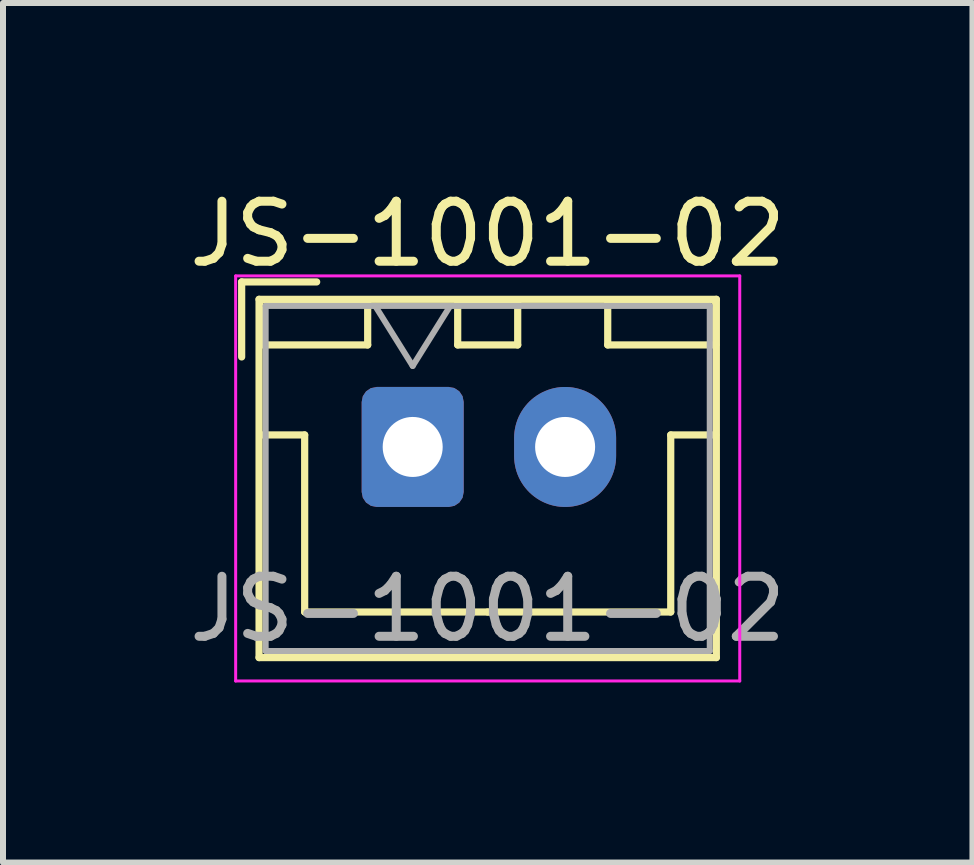
<source format=kicad_pcb>
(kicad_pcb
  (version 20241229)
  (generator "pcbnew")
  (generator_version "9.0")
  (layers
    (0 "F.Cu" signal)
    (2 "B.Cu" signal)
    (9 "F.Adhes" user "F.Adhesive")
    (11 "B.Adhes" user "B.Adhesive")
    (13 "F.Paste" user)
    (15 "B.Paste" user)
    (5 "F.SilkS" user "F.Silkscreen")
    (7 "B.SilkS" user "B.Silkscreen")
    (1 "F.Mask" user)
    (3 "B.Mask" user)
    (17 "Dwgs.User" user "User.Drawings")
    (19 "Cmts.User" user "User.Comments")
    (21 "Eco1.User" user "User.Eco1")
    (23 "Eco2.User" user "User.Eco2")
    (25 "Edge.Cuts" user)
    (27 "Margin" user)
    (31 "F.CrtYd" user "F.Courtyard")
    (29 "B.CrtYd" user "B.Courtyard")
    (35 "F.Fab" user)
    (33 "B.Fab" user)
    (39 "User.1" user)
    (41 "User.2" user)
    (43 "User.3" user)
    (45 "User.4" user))
  (footprint "JS-1001-02"
    (layer "F.Cu")
    (at 3.827 4.398)
    (property "Reference" "JS-1001-02" (at 1.25 -3.55 0) (layer "F.SilkS") (effects (font (size 1 1) (thickness 0.15))))
    (attr through_hole)
    (fp_line (start -2.85 -2.75) (end -2.85 -1.5) (stroke (width 0.12) (type solid)) (layer "F.SilkS"))
    (fp_line (start -2.56 -2.46) (end -2.56 3.51) (stroke (width 0.12) (type solid)) (layer "F.SilkS"))
    (fp_line (start -2.56 3.51) (end 5.06 3.51) (stroke (width 0.12) (type solid)) (layer "F.SilkS"))
    (fp_line (start -2.55 -2.45) (end -2.55 -1.7) (stroke (width 0.12) (type solid)) (layer "F.SilkS"))
    (fp_line (start -2.55 -1.7) (end -0.75 -1.7) (stroke (width 0.12) (type solid)) (layer "F.SilkS"))
    (fp_line (start -2.55 -0.2) (end -1.8 -0.2) (stroke (width 0.12) (type solid)) (layer "F.SilkS"))
    (fp_line (start -1.8 -0.2) (end -1.8 2.75) (stroke (width 0.12) (type solid)) (layer "F.SilkS"))
    (fp_line (start -1.8 2.75) (end 1.25 2.75) (stroke (width 0.12) (type solid)) (layer "F.SilkS"))
    (fp_line (start -1.6 -2.75) (end -2.85 -2.75) (stroke (width 0.12) (type solid)) (layer "F.SilkS"))
    (fp_line (start -0.75 -2.45) (end -2.55 -2.45) (stroke (width 0.12) (type solid)) (layer "F.SilkS"))
    (fp_line (start -0.75 -1.7) (end -0.75 -2.45) (stroke (width 0.12) (type solid)) (layer "F.SilkS"))
    (fp_line (start 0.75 -2.45) (end 0.75 -1.7) (stroke (width 0.12) (type solid)) (layer "F.SilkS"))
    (fp_line (start 0.75 -1.7) (end 1.75 -1.7) (stroke (width 0.12) (type solid)) (layer "F.SilkS"))
    (fp_line (start 1.75 -2.45) (end 0.75 -2.45) (stroke (width 0.12) (type solid)) (layer "F.SilkS"))
    (fp_line (start 1.75 -1.7) (end 1.75 -2.45) (stroke (width 0.12) (type solid)) (layer "F.SilkS"))
    (fp_line (start 3.25 -2.45) (end 3.25 -1.7) (stroke (width 0.12) (type solid)) (layer "F.SilkS"))
    (fp_line (start 3.25 -1.7) (end 5.05 -1.7) (stroke (width 0.12) (type solid)) (layer "F.SilkS"))
    (fp_line (start 4.3 -0.2) (end 4.3 2.75) (stroke (width 0.12) (type solid)) (layer "F.SilkS"))
    (fp_line (start 4.3 2.75) (end 1.25 2.75) (stroke (width 0.12) (type solid)) (layer "F.SilkS"))
    (fp_line (start 5.05 -2.45) (end 3.25 -2.45) (stroke (width 0.12) (type solid)) (layer "F.SilkS"))
    (fp_line (start 5.05 -1.7) (end 5.05 -2.45) (stroke (width 0.12) (type solid)) (layer "F.SilkS"))
    (fp_line (start 5.05 -0.2) (end 4.3 -0.2) (stroke (width 0.12) (type solid)) (layer "F.SilkS"))
    (fp_line (start 5.06 -2.46) (end -2.56 -2.46) (stroke (width 0.12) (type solid)) (layer "F.SilkS"))
    (fp_line (start 5.06 3.51) (end 5.06 -2.46) (stroke (width 0.12) (type solid)) (layer "F.SilkS"))
    (fp_line (start -2.95 -2.85) (end -2.95 3.9) (stroke (width 0.05) (type solid)) (layer "F.CrtYd"))
    (fp_line (start -2.95 3.9) (end 5.45 3.9) (stroke (width 0.05) (type solid)) (layer "F.CrtYd"))
    (fp_line (start 5.45 -2.85) (end -2.95 -2.85) (stroke (width 0.05) (type solid)) (layer "F.CrtYd"))
    (fp_line (start 5.45 3.9) (end 5.45 -2.85) (stroke (width 0.05) (type solid)) (layer "F.CrtYd"))
    (fp_line (start -2.45 -2.35) (end -2.45 3.4) (stroke (width 0.1) (type solid)) (layer "F.Fab"))
    (fp_line (start -2.45 3.4) (end 4.95 3.4) (stroke (width 0.1) (type solid)) (layer "F.Fab"))
    (fp_line (start -0.625 -2.35) (end 0 -1.35) (stroke (width 0.1) (type solid)) (layer "F.Fab"))
    (fp_line (start 0 -1.35) (end 0.625 -2.35) (stroke (width 0.1) (type solid)) (layer "F.Fab"))
    (fp_line (start 4.95 -2.35) (end -2.45 -2.35) (stroke (width 0.1) (type solid)) (layer "F.Fab"))
    (fp_line (start 4.95 3.4) (end 4.95 -2.35) (stroke (width 0.1) (type solid)) (layer "F.Fab"))
    (fp_text user "${REFERENCE}" (at 1.25 2.7 0) (layer "F.Fab") (effects (font (size 1 1) (thickness 0.15))))
    (pad "1" thru_hole roundrect (at 0 0) (size 1.7 2) (drill 1) (layers "*.Cu" "*.Mask") (roundrect_rratio 0.147))
    (pad "2" thru_hole oval (at 2.54 0) (size 1.7 2) (drill 1) (layers "*.Cu" "*.Mask")))
  (gr_rect
    (start -3 -3)
    (end 13.155 11.323)
    (stroke (width 0.1) (type default))
    (fill no)
    (layer "Edge.Cuts")))
</source>
